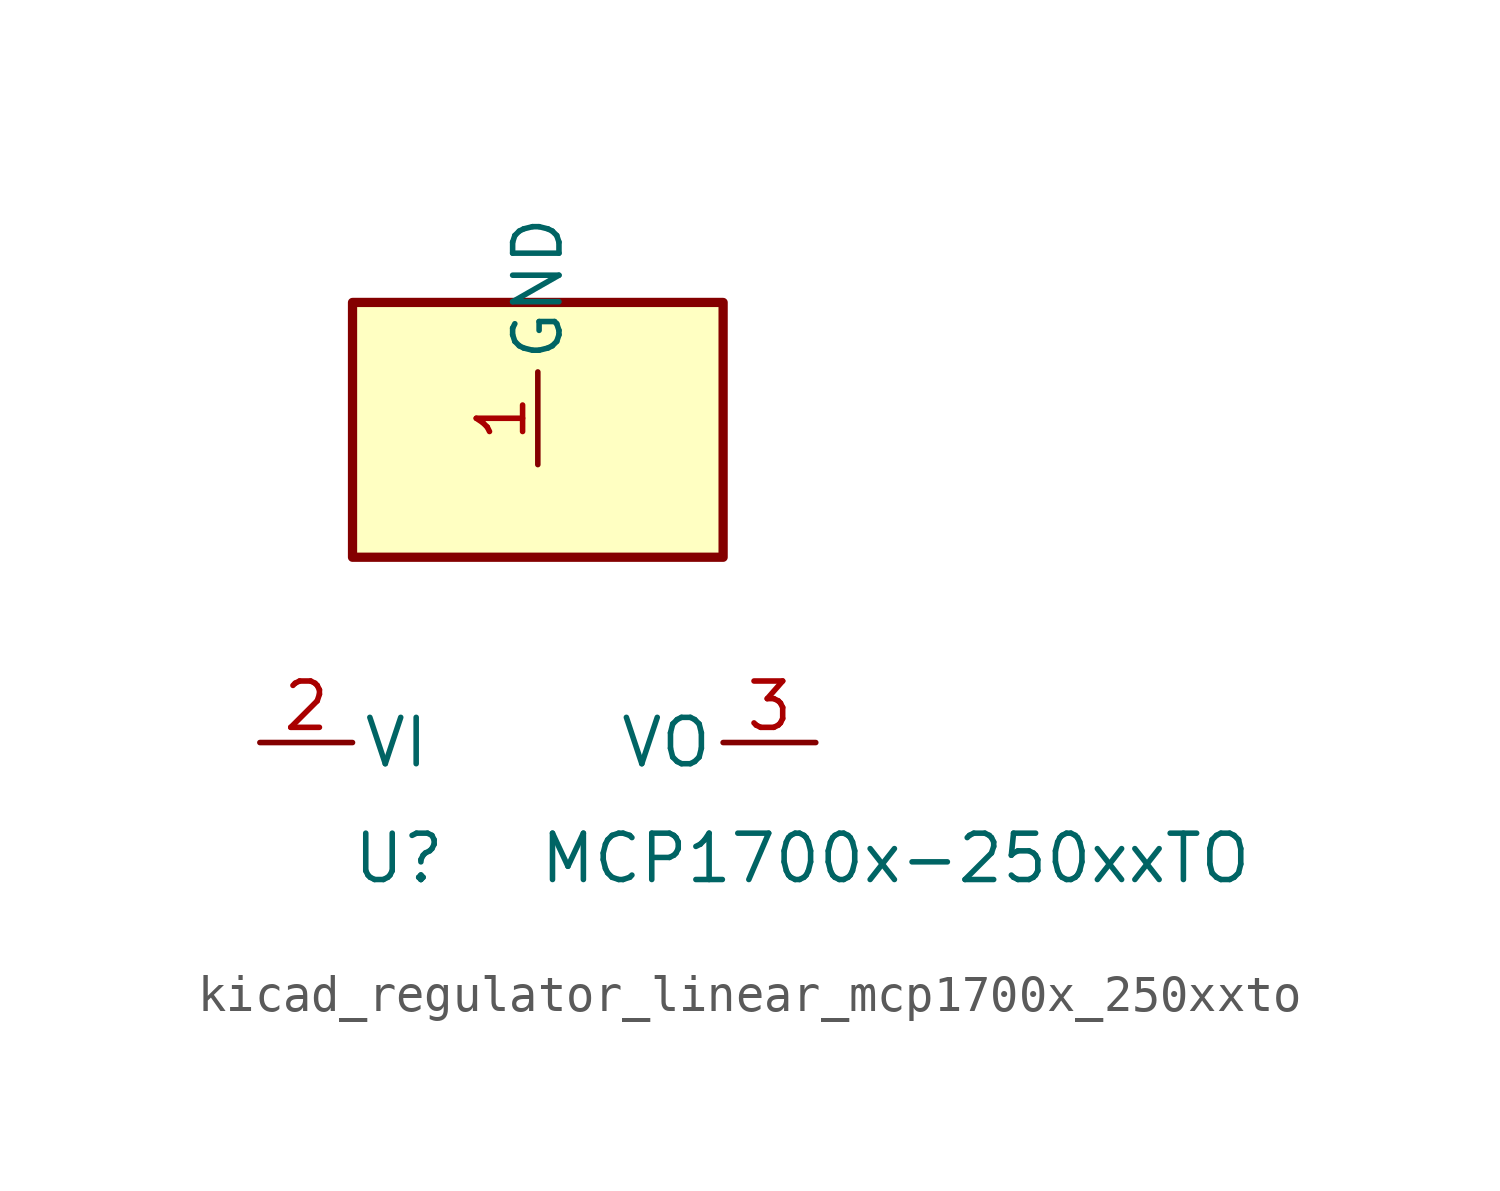
<source format=kicad_sym>
(kicad_symbol_lib
  (version 20220914)
  (generator kicad_symbol_editor)
  (symbol "kicad_regulator_linear_mcp1700x_250xxto"
    (pin_names
      (offset 0.254))
    (property "Reference" "U"
      (at -3.81 -3.175 0)
      (effects (font (size 1.27 1.27))))
    (property "Value" "MCP1700x-250xxTO"
      (at 0 -3.175 0)
      (effects (font (size 1.27 1.27)) (justify left)))
    (symbol "kicad_regulator_linear_mcp1700x_250xxto_0_1"
      (rectangle (start 5.08 12.065) (end -5.08 5.08) (stroke (width 0.254) (type default)) (fill (type background))))
    (symbol "kicad_regulator_linear_mcp1700x_250xxto_1_1"
      (pin power_in line (at 0 7.62 90) (length 2.54) (name "GND" (effects (font (size 1.27 1.27)))) (number "1" (effects (font (size 1.27 1.27)))))
      (pin power_in line (at -7.62 0 0) (length 2.54) (name "VI" (effects (font (size 1.27 1.27)))) (number "2" (effects (font (size 1.27 1.27)))))
      (pin power_out line (at 7.62 0 180) (length 2.54) (name "VO" (effects (font (size 1.27 1.27)))) (number "3" (effects (font (size 1.27 1.27))))))))
</source>
